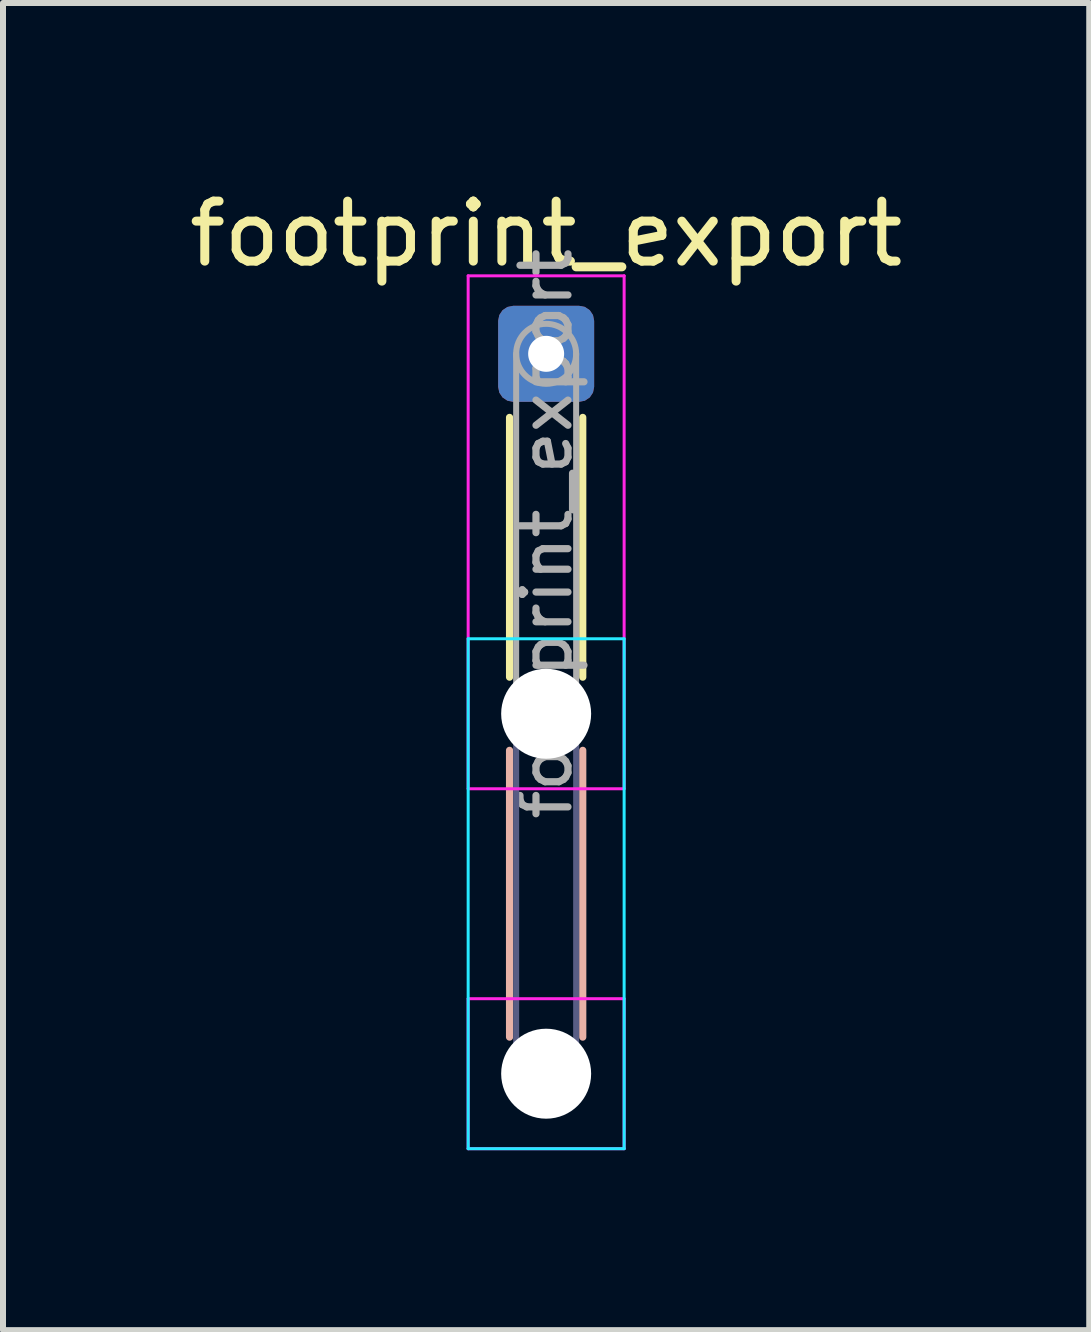
<source format=kicad_pcb>
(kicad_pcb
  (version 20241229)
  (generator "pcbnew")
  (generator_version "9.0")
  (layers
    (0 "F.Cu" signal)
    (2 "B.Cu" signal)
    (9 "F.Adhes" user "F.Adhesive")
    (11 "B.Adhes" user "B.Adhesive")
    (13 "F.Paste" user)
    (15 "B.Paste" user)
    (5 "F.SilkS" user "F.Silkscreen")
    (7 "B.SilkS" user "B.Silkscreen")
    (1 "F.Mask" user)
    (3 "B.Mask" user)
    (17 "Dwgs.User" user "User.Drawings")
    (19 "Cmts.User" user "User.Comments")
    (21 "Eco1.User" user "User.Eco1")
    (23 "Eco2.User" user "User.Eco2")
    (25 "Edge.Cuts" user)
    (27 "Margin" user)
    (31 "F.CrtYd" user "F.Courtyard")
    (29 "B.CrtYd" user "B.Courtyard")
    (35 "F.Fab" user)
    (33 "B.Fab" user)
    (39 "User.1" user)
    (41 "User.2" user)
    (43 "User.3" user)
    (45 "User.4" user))
  (footprint "footprint_export"
    (layer "F.Cu")
    (at 6.054 2.848)
    (property "Reference" "footprint_export" (at 0 -2 0) (layer "F.SilkS") (effects (font (size 1 1) (thickness 0.15))))
    (attr exclude_from_pos_files exclude_from_bom)
    (fp_line (start -0.61 1.06) (end -0.61 5.39) (stroke (width 0.12) (type solid)) (layer "F.SilkS"))
    (fp_line (start 0.61 1.06) (end 0.61 5.39) (stroke (width 0.12) (type solid)) (layer "F.SilkS"))
    (fp_line (start -0.61 6.61) (end -0.61 11.39) (stroke (width 0.12) (type solid)) (layer "B.SilkS"))
    (fp_line (start 0.61 6.61) (end 0.61 11.39) (stroke (width 0.12) (type solid)) (layer "B.SilkS"))
    (fp_line (start -1.3 4.75) (end -1.3 13.25) (stroke (width 0.05) (type solid)) (layer "B.CrtYd"))
    (fp_line (start -1.3 13.25) (end 1.3 13.25) (stroke (width 0.05) (type solid)) (layer "B.CrtYd"))
    (fp_line (start 1.3 4.75) (end -1.3 4.75) (stroke (width 0.05) (type solid)) (layer "B.CrtYd"))
    (fp_line (start 1.3 13.25) (end 1.3 4.75) (stroke (width 0.05) (type solid)) (layer "B.CrtYd"))
    (fp_line (start -1.3 -1.3) (end -1.3 7.25) (stroke (width 0.05) (type solid)) (layer "F.CrtYd"))
    (fp_line (start -1.3 7.25) (end 1.3 7.25) (stroke (width 0.05) (type solid)) (layer "F.CrtYd"))
    (fp_line (start -1.3 10.75) (end -1.3 13.25) (stroke (width 0.05) (type solid)) (layer "F.CrtYd"))
    (fp_line (start -1.3 13.25) (end 1.3 13.25) (stroke (width 0.05) (type solid)) (layer "F.CrtYd"))
    (fp_line (start 1.3 -1.3) (end -1.3 -1.3) (stroke (width 0.05) (type solid)) (layer "F.CrtYd"))
    (fp_line (start 1.3 7.25) (end 1.3 -1.3) (stroke (width 0.05) (type solid)) (layer "F.CrtYd"))
    (fp_line (start 1.3 10.75) (end -1.3 10.75) (stroke (width 0.05) (type solid)) (layer "F.CrtYd"))
    (fp_line (start 1.3 13.25) (end 1.3 10.75) (stroke (width 0.05) (type solid)) (layer "F.CrtYd"))
    (fp_line (start -0.5 6) (end -0.5 12) (stroke (width 0.1) (type solid)) (layer "B.Fab"))
    (fp_line (start 0.5 6) (end 0.5 12) (stroke (width 0.1) (type solid)) (layer "B.Fab"))
    (fp_circle (center 0 6) (end 0.5 6) (stroke (width 0.1) (type solid)) (fill no) (layer "B.Fab"))
    (fp_circle (center 0 12) (end 0.5 12) (stroke (width 0.1) (type solid)) (fill no) (layer "B.Fab"))
    (fp_line (start -0.5 0) (end -0.5 6) (stroke (width 0.1) (type solid)) (layer "F.Fab"))
    (fp_line (start 0.5 0) (end 0.5 6) (stroke (width 0.1) (type solid)) (layer "F.Fab"))
    (fp_circle (center 0 0) (end 0.5 0) (stroke (width 0.1) (type solid)) (fill no) (layer "F.Fab"))
    (fp_circle (center 0 6) (end 0.5 6) (stroke (width 0.1) (type solid)) (fill no) (layer "F.Fab"))
    (fp_circle (center 0 12) (end 0.5 12) (stroke (width 0.1) (type solid)) (fill no) (layer "F.Fab"))
    (fp_text user "${REFERENCE}" (at 0 3 90) (layer "F.Fab") (effects (font (size 0.8 0.8) (thickness 0.12))))
    (pad "" np_thru_hole circle (at 0 6) (size 1.5 1.5) (drill 1.5) (layers "*.Cu" "*.Mask"))
    (pad "" np_thru_hole circle (at 0 12) (size 1.5 1.5) (drill 1.5) (layers "*.Cu" "*.Mask"))
    (pad "1" thru_hole roundrect (at 0 0) (size 1.6 1.6) (drill 0.6) (layers "*.Cu" "*.Mask") (roundrect_rratio 0.156)))
  (gr_rect
    (start -3 -3)
    (end 15.107 19.123)
    (stroke (width 0.1) (type default))
    (fill no)
    (layer "Edge.Cuts")))
</source>
